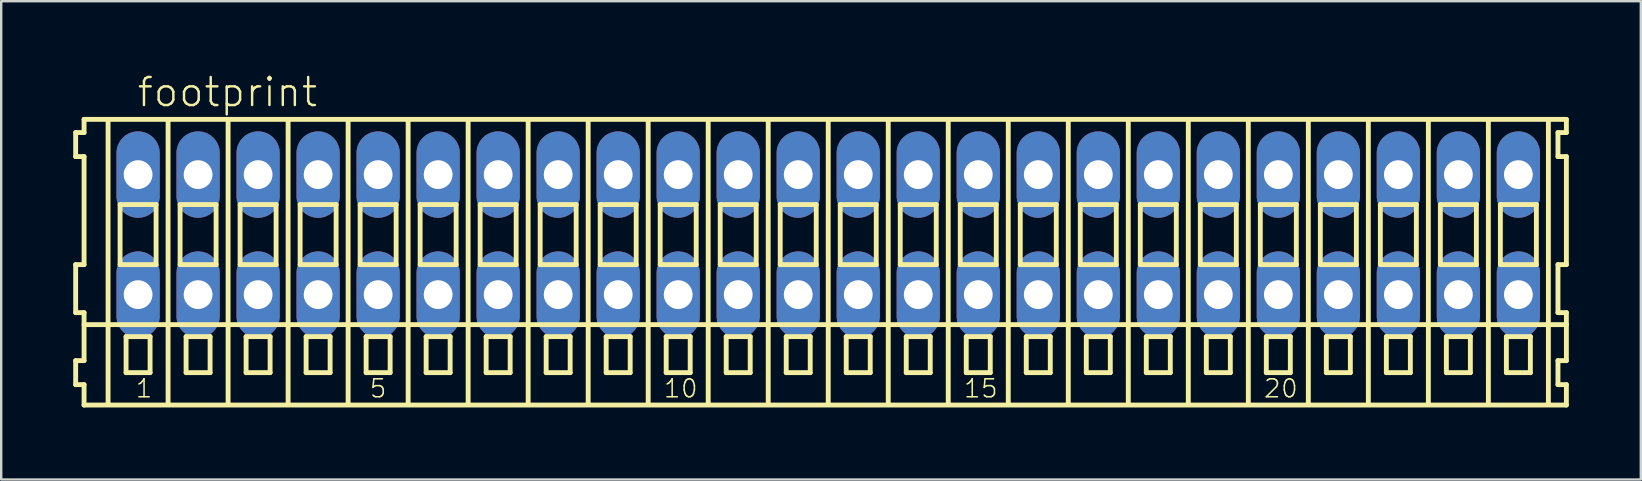
<source format=kicad_pcb>
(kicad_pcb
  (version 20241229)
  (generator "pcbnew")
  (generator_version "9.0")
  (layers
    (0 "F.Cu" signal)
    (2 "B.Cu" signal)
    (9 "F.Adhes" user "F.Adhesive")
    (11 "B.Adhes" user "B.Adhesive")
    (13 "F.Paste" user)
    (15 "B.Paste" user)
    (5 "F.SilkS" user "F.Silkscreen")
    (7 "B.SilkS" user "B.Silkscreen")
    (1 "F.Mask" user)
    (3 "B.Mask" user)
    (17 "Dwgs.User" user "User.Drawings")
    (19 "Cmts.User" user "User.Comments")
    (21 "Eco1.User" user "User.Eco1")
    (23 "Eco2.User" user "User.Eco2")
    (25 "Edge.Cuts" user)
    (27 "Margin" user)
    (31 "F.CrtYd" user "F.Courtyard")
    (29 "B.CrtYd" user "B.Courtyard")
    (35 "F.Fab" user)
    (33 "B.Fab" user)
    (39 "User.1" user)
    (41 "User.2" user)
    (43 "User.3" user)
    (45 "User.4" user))
  (footprint "footprint"
    (layer "F.Cu")
    (at 31.452 6.723)
    (property "Reference" "footprint" (at -28.85 -5.25 0) (layer "F.SilkS") (effects (font (size 1.168 1.168) (thickness 0.102)) (justify left bottom)))
    (fp_line (start -31.35 -4.25) (end -31.35 -3.25) (stroke (width 0.203) (type solid)) (layer "F.SilkS"))
    (fp_line (start -31.35 -3.25) (end -31 -3.25) (stroke (width 0.203) (type solid)) (layer "F.SilkS"))
    (fp_line (start -31.35 1.25) (end -31.35 3.25) (stroke (width 0.203) (type solid)) (layer "F.SilkS"))
    (fp_line (start -31.35 3.25) (end -31 3.25) (stroke (width 0.203) (type solid)) (layer "F.SilkS"))
    (fp_line (start -31.35 5.25) (end -31.35 6.25) (stroke (width 0.203) (type solid)) (layer "F.SilkS"))
    (fp_line (start -31.35 6.25) (end -31 6.25) (stroke (width 0.203) (type solid)) (layer "F.SilkS"))
    (fp_line (start -31 -4.8) (end -31 -4.25) (stroke (width 0.203) (type solid)) (layer "F.SilkS"))
    (fp_line (start -31 -4.25) (end -31.35 -4.25) (stroke (width 0.203) (type solid)) (layer "F.SilkS"))
    (fp_line (start -31 -3.25) (end -31 1.25) (stroke (width 0.203) (type solid)) (layer "F.SilkS"))
    (fp_line (start -31 1.25) (end -31.35 1.25) (stroke (width 0.203) (type solid)) (layer "F.SilkS"))
    (fp_line (start -31 3.25) (end -31 5.25) (stroke (width 0.203) (type solid)) (layer "F.SilkS"))
    (fp_line (start -31 3.75) (end 30.75 3.75) (stroke (width 0.203) (type solid)) (layer "F.SilkS"))
    (fp_line (start -31 5.25) (end -31.35 5.25) (stroke (width 0.203) (type solid)) (layer "F.SilkS"))
    (fp_line (start -31 6.25) (end -31 7.1) (stroke (width 0.203) (type solid)) (layer "F.SilkS"))
    (fp_line (start -31 7.1) (end 30.75 7.1) (stroke (width 0.203) (type solid)) (layer "F.SilkS"))
    (fp_line (start -30 -4.75) (end -30 7) (stroke (width 0.203) (type solid)) (layer "F.SilkS"))
    (fp_line (start -29.5 -1.25) (end -29.5 1.25) (stroke (width 0.203) (type solid)) (layer "F.SilkS"))
    (fp_line (start -29.5 1.25) (end -28 1.25) (stroke (width 0.203) (type solid)) (layer "F.SilkS"))
    (fp_line (start -29.25 4.25) (end -29.25 5.75) (stroke (width 0.203) (type solid)) (layer "F.SilkS"))
    (fp_line (start -29.25 5.75) (end -28.25 5.75) (stroke (width 0.203) (type solid)) (layer "F.SilkS"))
    (fp_line (start -28.25 4.25) (end -29.25 4.25) (stroke (width 0.203) (type solid)) (layer "F.SilkS"))
    (fp_line (start -28.25 5.75) (end -28.25 4.25) (stroke (width 0.203) (type solid)) (layer "F.SilkS"))
    (fp_line (start -28 -1.25) (end -29.5 -1.25) (stroke (width 0.203) (type solid)) (layer "F.SilkS"))
    (fp_line (start -28 1.25) (end -28 -1.25) (stroke (width 0.203) (type solid)) (layer "F.SilkS"))
    (fp_line (start -27.5 -4.75) (end -27.5 7) (stroke (width 0.203) (type solid)) (layer "F.SilkS"))
    (fp_line (start -27 -1.25) (end -27 1.25) (stroke (width 0.203) (type solid)) (layer "F.SilkS"))
    (fp_line (start -27 1.25) (end -25.5 1.25) (stroke (width 0.203) (type solid)) (layer "F.SilkS"))
    (fp_line (start -26.75 4.25) (end -26.75 5.75) (stroke (width 0.203) (type solid)) (layer "F.SilkS"))
    (fp_line (start -26.75 5.75) (end -25.75 5.75) (stroke (width 0.203) (type solid)) (layer "F.SilkS"))
    (fp_line (start -25.75 4.25) (end -26.75 4.25) (stroke (width 0.203) (type solid)) (layer "F.SilkS"))
    (fp_line (start -25.75 5.75) (end -25.75 4.25) (stroke (width 0.203) (type solid)) (layer "F.SilkS"))
    (fp_line (start -25.5 -1.25) (end -27 -1.25) (stroke (width 0.203) (type solid)) (layer "F.SilkS"))
    (fp_line (start -25.5 1.25) (end -25.5 -1.25) (stroke (width 0.203) (type solid)) (layer "F.SilkS"))
    (fp_line (start -25 -4.75) (end -25 7) (stroke (width 0.203) (type solid)) (layer "F.SilkS"))
    (fp_line (start -24.5 -1.25) (end -24.5 1.25) (stroke (width 0.203) (type solid)) (layer "F.SilkS"))
    (fp_line (start -24.5 1.25) (end -23 1.25) (stroke (width 0.203) (type solid)) (layer "F.SilkS"))
    (fp_line (start -24.25 4.25) (end -24.25 5.75) (stroke (width 0.203) (type solid)) (layer "F.SilkS"))
    (fp_line (start -24.25 5.75) (end -23.25 5.75) (stroke (width 0.203) (type solid)) (layer "F.SilkS"))
    (fp_line (start -23.25 4.25) (end -24.25 4.25) (stroke (width 0.203) (type solid)) (layer "F.SilkS"))
    (fp_line (start -23.25 5.75) (end -23.25 4.25) (stroke (width 0.203) (type solid)) (layer "F.SilkS"))
    (fp_line (start -23 -1.25) (end -24.5 -1.25) (stroke (width 0.203) (type solid)) (layer "F.SilkS"))
    (fp_line (start -23 1.25) (end -23 -1.25) (stroke (width 0.203) (type solid)) (layer "F.SilkS"))
    (fp_line (start -22.5 -4.75) (end -22.5 7) (stroke (width 0.203) (type solid)) (layer "F.SilkS"))
    (fp_line (start -22 -1.25) (end -22 1.25) (stroke (width 0.203) (type solid)) (layer "F.SilkS"))
    (fp_line (start -22 1.25) (end -20.5 1.25) (stroke (width 0.203) (type solid)) (layer "F.SilkS"))
    (fp_line (start -21.75 4.25) (end -21.75 5.75) (stroke (width 0.203) (type solid)) (layer "F.SilkS"))
    (fp_line (start -21.75 5.75) (end -20.75 5.75) (stroke (width 0.203) (type solid)) (layer "F.SilkS"))
    (fp_line (start -20.75 4.25) (end -21.75 4.25) (stroke (width 0.203) (type solid)) (layer "F.SilkS"))
    (fp_line (start -20.75 5.75) (end -20.75 4.25) (stroke (width 0.203) (type solid)) (layer "F.SilkS"))
    (fp_line (start -20.5 -1.25) (end -22 -1.25) (stroke (width 0.203) (type solid)) (layer "F.SilkS"))
    (fp_line (start -20.5 1.25) (end -20.5 -1.25) (stroke (width 0.203) (type solid)) (layer "F.SilkS"))
    (fp_line (start -20 -4.75) (end -20 7) (stroke (width 0.203) (type solid)) (layer "F.SilkS"))
    (fp_line (start -19.5 -1.25) (end -19.5 1.25) (stroke (width 0.203) (type solid)) (layer "F.SilkS"))
    (fp_line (start -19.5 1.25) (end -18 1.25) (stroke (width 0.203) (type solid)) (layer "F.SilkS"))
    (fp_line (start -19.25 4.25) (end -19.25 5.75) (stroke (width 0.203) (type solid)) (layer "F.SilkS"))
    (fp_line (start -19.25 5.75) (end -18.25 5.75) (stroke (width 0.203) (type solid)) (layer "F.SilkS"))
    (fp_line (start -18.25 4.25) (end -19.25 4.25) (stroke (width 0.203) (type solid)) (layer "F.SilkS"))
    (fp_line (start -18.25 5.75) (end -18.25 4.25) (stroke (width 0.203) (type solid)) (layer "F.SilkS"))
    (fp_line (start -18 -1.25) (end -19.5 -1.25) (stroke (width 0.203) (type solid)) (layer "F.SilkS"))
    (fp_line (start -18 1.25) (end -18 -1.25) (stroke (width 0.203) (type solid)) (layer "F.SilkS"))
    (fp_line (start -17.5 -4.75) (end -17.5 7) (stroke (width 0.203) (type solid)) (layer "F.SilkS"))
    (fp_line (start -17 -1.25) (end -17 1.25) (stroke (width 0.203) (type solid)) (layer "F.SilkS"))
    (fp_line (start -17 1.25) (end -15.5 1.25) (stroke (width 0.203) (type solid)) (layer "F.SilkS"))
    (fp_line (start -16.75 4.25) (end -16.75 5.75) (stroke (width 0.203) (type solid)) (layer "F.SilkS"))
    (fp_line (start -16.75 5.75) (end -15.75 5.75) (stroke (width 0.203) (type solid)) (layer "F.SilkS"))
    (fp_line (start -15.75 4.25) (end -16.75 4.25) (stroke (width 0.203) (type solid)) (layer "F.SilkS"))
    (fp_line (start -15.75 5.75) (end -15.75 4.25) (stroke (width 0.203) (type solid)) (layer "F.SilkS"))
    (fp_line (start -15.5 -1.25) (end -17 -1.25) (stroke (width 0.203) (type solid)) (layer "F.SilkS"))
    (fp_line (start -15.5 1.25) (end -15.5 -1.25) (stroke (width 0.203) (type solid)) (layer "F.SilkS"))
    (fp_line (start -15 -4.75) (end -15 7) (stroke (width 0.203) (type solid)) (layer "F.SilkS"))
    (fp_line (start -14.5 -1.25) (end -14.5 1.25) (stroke (width 0.203) (type solid)) (layer "F.SilkS"))
    (fp_line (start -14.5 1.25) (end -13 1.25) (stroke (width 0.203) (type solid)) (layer "F.SilkS"))
    (fp_line (start -14.25 4.25) (end -14.25 5.75) (stroke (width 0.203) (type solid)) (layer "F.SilkS"))
    (fp_line (start -14.25 5.75) (end -13.25 5.75) (stroke (width 0.203) (type solid)) (layer "F.SilkS"))
    (fp_line (start -13.25 4.25) (end -14.25 4.25) (stroke (width 0.203) (type solid)) (layer "F.SilkS"))
    (fp_line (start -13.25 5.75) (end -13.25 4.25) (stroke (width 0.203) (type solid)) (layer "F.SilkS"))
    (fp_line (start -13 -1.25) (end -14.5 -1.25) (stroke (width 0.203) (type solid)) (layer "F.SilkS"))
    (fp_line (start -13 1.25) (end -13 -1.25) (stroke (width 0.203) (type solid)) (layer "F.SilkS"))
    (fp_line (start -12.5 -4.75) (end -12.5 7) (stroke (width 0.203) (type solid)) (layer "F.SilkS"))
    (fp_line (start -12 -1.25) (end -12 1.25) (stroke (width 0.203) (type solid)) (layer "F.SilkS"))
    (fp_line (start -12 1.25) (end -10.5 1.25) (stroke (width 0.203) (type solid)) (layer "F.SilkS"))
    (fp_line (start -11.75 4.25) (end -11.75 5.75) (stroke (width 0.203) (type solid)) (layer "F.SilkS"))
    (fp_line (start -11.75 5.75) (end -10.75 5.75) (stroke (width 0.203) (type solid)) (layer "F.SilkS"))
    (fp_line (start -10.75 4.25) (end -11.75 4.25) (stroke (width 0.203) (type solid)) (layer "F.SilkS"))
    (fp_line (start -10.75 5.75) (end -10.75 4.25) (stroke (width 0.203) (type solid)) (layer "F.SilkS"))
    (fp_line (start -10.5 -1.25) (end -12 -1.25) (stroke (width 0.203) (type solid)) (layer "F.SilkS"))
    (fp_line (start -10.5 1.25) (end -10.5 -1.25) (stroke (width 0.203) (type solid)) (layer "F.SilkS"))
    (fp_line (start -10 -4.75) (end -10 7) (stroke (width 0.203) (type solid)) (layer "F.SilkS"))
    (fp_line (start -9.5 -1.25) (end -9.5 1.25) (stroke (width 0.203) (type solid)) (layer "F.SilkS"))
    (fp_line (start -9.5 1.25) (end -8 1.25) (stroke (width 0.203) (type solid)) (layer "F.SilkS"))
    (fp_line (start -9.25 4.25) (end -9.25 5.75) (stroke (width 0.203) (type solid)) (layer "F.SilkS"))
    (fp_line (start -9.25 5.75) (end -8.25 5.75) (stroke (width 0.203) (type solid)) (layer "F.SilkS"))
    (fp_line (start -8.25 4.25) (end -9.25 4.25) (stroke (width 0.203) (type solid)) (layer "F.SilkS"))
    (fp_line (start -8.25 5.75) (end -8.25 4.25) (stroke (width 0.203) (type solid)) (layer "F.SilkS"))
    (fp_line (start -8 -1.25) (end -9.5 -1.25) (stroke (width 0.203) (type solid)) (layer "F.SilkS"))
    (fp_line (start -8 1.25) (end -8 -1.25) (stroke (width 0.203) (type solid)) (layer "F.SilkS"))
    (fp_line (start -7.5 -4.75) (end -7.5 7) (stroke (width 0.203) (type solid)) (layer "F.SilkS"))
    (fp_line (start -7 -1.25) (end -7 1.25) (stroke (width 0.203) (type solid)) (layer "F.SilkS"))
    (fp_line (start -7 1.25) (end -5.5 1.25) (stroke (width 0.203) (type solid)) (layer "F.SilkS"))
    (fp_line (start -6.75 4.25) (end -6.75 5.75) (stroke (width 0.203) (type solid)) (layer "F.SilkS"))
    (fp_line (start -6.75 5.75) (end -5.75 5.75) (stroke (width 0.203) (type solid)) (layer "F.SilkS"))
    (fp_line (start -5.75 4.25) (end -6.75 4.25) (stroke (width 0.203) (type solid)) (layer "F.SilkS"))
    (fp_line (start -5.75 5.75) (end -5.75 4.25) (stroke (width 0.203) (type solid)) (layer "F.SilkS"))
    (fp_line (start -5.5 -1.25) (end -7 -1.25) (stroke (width 0.203) (type solid)) (layer "F.SilkS"))
    (fp_line (start -5.5 1.25) (end -5.5 -1.25) (stroke (width 0.203) (type solid)) (layer "F.SilkS"))
    (fp_line (start -5 -4.75) (end -5 7) (stroke (width 0.203) (type solid)) (layer "F.SilkS"))
    (fp_line (start -4.5 -1.25) (end -4.5 1.25) (stroke (width 0.203) (type solid)) (layer "F.SilkS"))
    (fp_line (start -4.5 1.25) (end -3 1.25) (stroke (width 0.203) (type solid)) (layer "F.SilkS"))
    (fp_line (start -4.25 4.25) (end -4.25 5.75) (stroke (width 0.203) (type solid)) (layer "F.SilkS"))
    (fp_line (start -4.25 5.75) (end -3.25 5.75) (stroke (width 0.203) (type solid)) (layer "F.SilkS"))
    (fp_line (start -3.25 4.25) (end -4.25 4.25) (stroke (width 0.203) (type solid)) (layer "F.SilkS"))
    (fp_line (start -3.25 5.75) (end -3.25 4.25) (stroke (width 0.203) (type solid)) (layer "F.SilkS"))
    (fp_line (start -3 -1.25) (end -4.5 -1.25) (stroke (width 0.203) (type solid)) (layer "F.SilkS"))
    (fp_line (start -3 1.25) (end -3 -1.25) (stroke (width 0.203) (type solid)) (layer "F.SilkS"))
    (fp_line (start -2.5 -4.75) (end -2.5 7) (stroke (width 0.203) (type solid)) (layer "F.SilkS"))
    (fp_line (start -2 -1.25) (end -2 1.25) (stroke (width 0.203) (type solid)) (layer "F.SilkS"))
    (fp_line (start -2 1.25) (end -0.5 1.25) (stroke (width 0.203) (type solid)) (layer "F.SilkS"))
    (fp_line (start -1.75 4.25) (end -1.75 5.75) (stroke (width 0.203) (type solid)) (layer "F.SilkS"))
    (fp_line (start -1.75 5.75) (end -0.75 5.75) (stroke (width 0.203) (type solid)) (layer "F.SilkS"))
    (fp_line (start -0.75 4.25) (end -1.75 4.25) (stroke (width 0.203) (type solid)) (layer "F.SilkS"))
    (fp_line (start -0.75 5.75) (end -0.75 4.25) (stroke (width 0.203) (type solid)) (layer "F.SilkS"))
    (fp_line (start -0.5 -1.25) (end -2 -1.25) (stroke (width 0.203) (type solid)) (layer "F.SilkS"))
    (fp_line (start -0.5 1.25) (end -0.5 -1.25) (stroke (width 0.203) (type solid)) (layer "F.SilkS"))
    (fp_line (start 0 -4.75) (end 0 7) (stroke (width 0.203) (type solid)) (layer "F.SilkS"))
    (fp_line (start 0.5 -1.25) (end 0.5 1.25) (stroke (width 0.203) (type solid)) (layer "F.SilkS"))
    (fp_line (start 0.5 1.25) (end 2 1.25) (stroke (width 0.203) (type solid)) (layer "F.SilkS"))
    (fp_line (start 0.75 4.25) (end 0.75 5.75) (stroke (width 0.203) (type solid)) (layer "F.SilkS"))
    (fp_line (start 0.75 5.75) (end 1.75 5.75) (stroke (width 0.203) (type solid)) (layer "F.SilkS"))
    (fp_line (start 1.75 4.25) (end 0.75 4.25) (stroke (width 0.203) (type solid)) (layer "F.SilkS"))
    (fp_line (start 1.75 5.75) (end 1.75 4.25) (stroke (width 0.203) (type solid)) (layer "F.SilkS"))
    (fp_line (start 2 -1.25) (end 0.5 -1.25) (stroke (width 0.203) (type solid)) (layer "F.SilkS"))
    (fp_line (start 2 1.25) (end 2 -1.25) (stroke (width 0.203) (type solid)) (layer "F.SilkS"))
    (fp_line (start 2.5 -4.75) (end 2.5 7) (stroke (width 0.203) (type solid)) (layer "F.SilkS"))
    (fp_line (start 3 -1.25) (end 3 1.25) (stroke (width 0.203) (type solid)) (layer "F.SilkS"))
    (fp_line (start 3 1.25) (end 4.5 1.25) (stroke (width 0.203) (type solid)) (layer "F.SilkS"))
    (fp_line (start 3.25 4.25) (end 3.25 5.75) (stroke (width 0.203) (type solid)) (layer "F.SilkS"))
    (fp_line (start 3.25 5.75) (end 4.25 5.75) (stroke (width 0.203) (type solid)) (layer "F.SilkS"))
    (fp_line (start 4.25 4.25) (end 3.25 4.25) (stroke (width 0.203) (type solid)) (layer "F.SilkS"))
    (fp_line (start 4.25 5.75) (end 4.25 4.25) (stroke (width 0.203) (type solid)) (layer "F.SilkS"))
    (fp_line (start 4.5 -1.25) (end 3 -1.25) (stroke (width 0.203) (type solid)) (layer "F.SilkS"))
    (fp_line (start 4.5 1.25) (end 4.5 -1.25) (stroke (width 0.203) (type solid)) (layer "F.SilkS"))
    (fp_line (start 5 -4.75) (end 5 7) (stroke (width 0.203) (type solid)) (layer "F.SilkS"))
    (fp_line (start 5.5 -1.25) (end 5.5 1.25) (stroke (width 0.203) (type solid)) (layer "F.SilkS"))
    (fp_line (start 5.5 1.25) (end 7 1.25) (stroke (width 0.203) (type solid)) (layer "F.SilkS"))
    (fp_line (start 5.75 4.25) (end 5.75 5.75) (stroke (width 0.203) (type solid)) (layer "F.SilkS"))
    (fp_line (start 5.75 5.75) (end 6.75 5.75) (stroke (width 0.203) (type solid)) (layer "F.SilkS"))
    (fp_line (start 6.75 4.25) (end 5.75 4.25) (stroke (width 0.203) (type solid)) (layer "F.SilkS"))
    (fp_line (start 6.75 5.75) (end 6.75 4.25) (stroke (width 0.203) (type solid)) (layer "F.SilkS"))
    (fp_line (start 7 -1.25) (end 5.5 -1.25) (stroke (width 0.203) (type solid)) (layer "F.SilkS"))
    (fp_line (start 7 1.25) (end 7 -1.25) (stroke (width 0.203) (type solid)) (layer "F.SilkS"))
    (fp_line (start 7.5 -4.75) (end 7.5 7) (stroke (width 0.203) (type solid)) (layer "F.SilkS"))
    (fp_line (start 8 -1.25) (end 8 1.25) (stroke (width 0.203) (type solid)) (layer "F.SilkS"))
    (fp_line (start 8 1.25) (end 9.5 1.25) (stroke (width 0.203) (type solid)) (layer "F.SilkS"))
    (fp_line (start 8.25 4.25) (end 8.25 5.75) (stroke (width 0.203) (type solid)) (layer "F.SilkS"))
    (fp_line (start 8.25 5.75) (end 9.25 5.75) (stroke (width 0.203) (type solid)) (layer "F.SilkS"))
    (fp_line (start 9.25 4.25) (end 8.25 4.25) (stroke (width 0.203) (type solid)) (layer "F.SilkS"))
    (fp_line (start 9.25 5.75) (end 9.25 4.25) (stroke (width 0.203) (type solid)) (layer "F.SilkS"))
    (fp_line (start 9.5 -1.25) (end 8 -1.25) (stroke (width 0.203) (type solid)) (layer "F.SilkS"))
    (fp_line (start 9.5 1.25) (end 9.5 -1.25) (stroke (width 0.203) (type solid)) (layer "F.SilkS"))
    (fp_line (start 10 -4.75) (end 10 7) (stroke (width 0.203) (type solid)) (layer "F.SilkS"))
    (fp_line (start 10.5 -1.25) (end 10.5 1.25) (stroke (width 0.203) (type solid)) (layer "F.SilkS"))
    (fp_line (start 10.5 1.25) (end 12 1.25) (stroke (width 0.203) (type solid)) (layer "F.SilkS"))
    (fp_line (start 10.75 4.25) (end 10.75 5.75) (stroke (width 0.203) (type solid)) (layer "F.SilkS"))
    (fp_line (start 10.75 5.75) (end 11.75 5.75) (stroke (width 0.203) (type solid)) (layer "F.SilkS"))
    (fp_line (start 11.75 4.25) (end 10.75 4.25) (stroke (width 0.203) (type solid)) (layer "F.SilkS"))
    (fp_line (start 11.75 5.75) (end 11.75 4.25) (stroke (width 0.203) (type solid)) (layer "F.SilkS"))
    (fp_line (start 12 -1.25) (end 10.5 -1.25) (stroke (width 0.203) (type solid)) (layer "F.SilkS"))
    (fp_line (start 12 1.25) (end 12 -1.25) (stroke (width 0.203) (type solid)) (layer "F.SilkS"))
    (fp_line (start 12.5 -4.75) (end 12.5 7) (stroke (width 0.203) (type solid)) (layer "F.SilkS"))
    (fp_line (start 13 -1.25) (end 13 1.25) (stroke (width 0.203) (type solid)) (layer "F.SilkS"))
    (fp_line (start 13 1.25) (end 14.5 1.25) (stroke (width 0.203) (type solid)) (layer "F.SilkS"))
    (fp_line (start 13.25 4.25) (end 13.25 5.75) (stroke (width 0.203) (type solid)) (layer "F.SilkS"))
    (fp_line (start 13.25 5.75) (end 14.25 5.75) (stroke (width 0.203) (type solid)) (layer "F.SilkS"))
    (fp_line (start 14.25 4.25) (end 13.25 4.25) (stroke (width 0.203) (type solid)) (layer "F.SilkS"))
    (fp_line (start 14.25 5.75) (end 14.25 4.25) (stroke (width 0.203) (type solid)) (layer "F.SilkS"))
    (fp_line (start 14.5 -1.25) (end 13 -1.25) (stroke (width 0.203) (type solid)) (layer "F.SilkS"))
    (fp_line (start 14.5 1.25) (end 14.5 -1.25) (stroke (width 0.203) (type solid)) (layer "F.SilkS"))
    (fp_line (start 15 -4.75) (end 15 7) (stroke (width 0.203) (type solid)) (layer "F.SilkS"))
    (fp_line (start 15.5 -1.25) (end 15.5 1.25) (stroke (width 0.203) (type solid)) (layer "F.SilkS"))
    (fp_line (start 15.5 1.25) (end 17 1.25) (stroke (width 0.203) (type solid)) (layer "F.SilkS"))
    (fp_line (start 15.75 4.25) (end 15.75 5.75) (stroke (width 0.203) (type solid)) (layer "F.SilkS"))
    (fp_line (start 15.75 5.75) (end 16.75 5.75) (stroke (width 0.203) (type solid)) (layer "F.SilkS"))
    (fp_line (start 16.75 4.25) (end 15.75 4.25) (stroke (width 0.203) (type solid)) (layer "F.SilkS"))
    (fp_line (start 16.75 5.75) (end 16.75 4.25) (stroke (width 0.203) (type solid)) (layer "F.SilkS"))
    (fp_line (start 17 -1.25) (end 15.5 -1.25) (stroke (width 0.203) (type solid)) (layer "F.SilkS"))
    (fp_line (start 17 1.25) (end 17 -1.25) (stroke (width 0.203) (type solid)) (layer "F.SilkS"))
    (fp_line (start 17.5 -4.75) (end 17.5 7) (stroke (width 0.203) (type solid)) (layer "F.SilkS"))
    (fp_line (start 18 -1.25) (end 18 1.25) (stroke (width 0.203) (type solid)) (layer "F.SilkS"))
    (fp_line (start 18 1.25) (end 19.5 1.25) (stroke (width 0.203) (type solid)) (layer "F.SilkS"))
    (fp_line (start 18.25 4.25) (end 18.25 5.75) (stroke (width 0.203) (type solid)) (layer "F.SilkS"))
    (fp_line (start 18.25 5.75) (end 19.25 5.75) (stroke (width 0.203) (type solid)) (layer "F.SilkS"))
    (fp_line (start 19.25 4.25) (end 18.25 4.25) (stroke (width 0.203) (type solid)) (layer "F.SilkS"))
    (fp_line (start 19.25 5.75) (end 19.25 4.25) (stroke (width 0.203) (type solid)) (layer "F.SilkS"))
    (fp_line (start 19.5 -1.25) (end 18 -1.25) (stroke (width 0.203) (type solid)) (layer "F.SilkS"))
    (fp_line (start 19.5 1.25) (end 19.5 -1.25) (stroke (width 0.203) (type solid)) (layer "F.SilkS"))
    (fp_line (start 20 -4.75) (end 20 7) (stroke (width 0.203) (type solid)) (layer "F.SilkS"))
    (fp_line (start 20.5 -1.25) (end 20.5 1.25) (stroke (width 0.203) (type solid)) (layer "F.SilkS"))
    (fp_line (start 20.5 1.25) (end 22 1.25) (stroke (width 0.203) (type solid)) (layer "F.SilkS"))
    (fp_line (start 20.75 4.25) (end 20.75 5.75) (stroke (width 0.203) (type solid)) (layer "F.SilkS"))
    (fp_line (start 20.75 5.75) (end 21.75 5.75) (stroke (width 0.203) (type solid)) (layer "F.SilkS"))
    (fp_line (start 21.75 4.25) (end 20.75 4.25) (stroke (width 0.203) (type solid)) (layer "F.SilkS"))
    (fp_line (start 21.75 5.75) (end 21.75 4.25) (stroke (width 0.203) (type solid)) (layer "F.SilkS"))
    (fp_line (start 22 -1.25) (end 20.5 -1.25) (stroke (width 0.203) (type solid)) (layer "F.SilkS"))
    (fp_line (start 22 1.25) (end 22 -1.25) (stroke (width 0.203) (type solid)) (layer "F.SilkS"))
    (fp_line (start 22.5 -4.75) (end 22.5 7) (stroke (width 0.203) (type solid)) (layer "F.SilkS"))
    (fp_line (start 23 -1.25) (end 23 1.25) (stroke (width 0.203) (type solid)) (layer "F.SilkS"))
    (fp_line (start 23 1.25) (end 24.5 1.25) (stroke (width 0.203) (type solid)) (layer "F.SilkS"))
    (fp_line (start 23.25 4.25) (end 23.25 5.75) (stroke (width 0.203) (type solid)) (layer "F.SilkS"))
    (fp_line (start 23.25 5.75) (end 24.25 5.75) (stroke (width 0.203) (type solid)) (layer "F.SilkS"))
    (fp_line (start 24.25 4.25) (end 23.25 4.25) (stroke (width 0.203) (type solid)) (layer "F.SilkS"))
    (fp_line (start 24.25 5.75) (end 24.25 4.25) (stroke (width 0.203) (type solid)) (layer "F.SilkS"))
    (fp_line (start 24.5 -1.25) (end 23 -1.25) (stroke (width 0.203) (type solid)) (layer "F.SilkS"))
    (fp_line (start 24.5 1.25) (end 24.5 -1.25) (stroke (width 0.203) (type solid)) (layer "F.SilkS"))
    (fp_line (start 25 -4.75) (end 25 7) (stroke (width 0.203) (type solid)) (layer "F.SilkS"))
    (fp_line (start 25.5 -1.25) (end 25.5 1.25) (stroke (width 0.203) (type solid)) (layer "F.SilkS"))
    (fp_line (start 25.5 1.25) (end 27 1.25) (stroke (width 0.203) (type solid)) (layer "F.SilkS"))
    (fp_line (start 25.75 4.25) (end 25.75 5.75) (stroke (width 0.203) (type solid)) (layer "F.SilkS"))
    (fp_line (start 25.75 5.75) (end 26.75 5.75) (stroke (width 0.203) (type solid)) (layer "F.SilkS"))
    (fp_line (start 26.75 4.25) (end 25.75 4.25) (stroke (width 0.203) (type solid)) (layer "F.SilkS"))
    (fp_line (start 26.75 5.75) (end 26.75 4.25) (stroke (width 0.203) (type solid)) (layer "F.SilkS"))
    (fp_line (start 27 -1.25) (end 25.5 -1.25) (stroke (width 0.203) (type solid)) (layer "F.SilkS"))
    (fp_line (start 27 1.25) (end 27 -1.25) (stroke (width 0.203) (type solid)) (layer "F.SilkS"))
    (fp_line (start 27.5 -4.75) (end 27.5 7) (stroke (width 0.203) (type solid)) (layer "F.SilkS"))
    (fp_line (start 28 -1.25) (end 28 1.25) (stroke (width 0.203) (type solid)) (layer "F.SilkS"))
    (fp_line (start 28 1.25) (end 29.5 1.25) (stroke (width 0.203) (type solid)) (layer "F.SilkS"))
    (fp_line (start 28.25 4.25) (end 28.25 5.75) (stroke (width 0.203) (type solid)) (layer "F.SilkS"))
    (fp_line (start 28.25 5.75) (end 29.25 5.75) (stroke (width 0.203) (type solid)) (layer "F.SilkS"))
    (fp_line (start 29.25 4.25) (end 28.25 4.25) (stroke (width 0.203) (type solid)) (layer "F.SilkS"))
    (fp_line (start 29.25 5.75) (end 29.25 4.25) (stroke (width 0.203) (type solid)) (layer "F.SilkS"))
    (fp_line (start 29.5 -1.25) (end 28 -1.25) (stroke (width 0.203) (type solid)) (layer "F.SilkS"))
    (fp_line (start 29.5 1.25) (end 29.5 -1.25) (stroke (width 0.203) (type solid)) (layer "F.SilkS"))
    (fp_line (start 30 -4.75) (end 30 7) (stroke (width 0.203) (type solid)) (layer "F.SilkS"))
    (fp_line (start 30.4 -4.25) (end 30.4 -3.25) (stroke (width 0.203) (type solid)) (layer "F.SilkS"))
    (fp_line (start 30.4 -3.25) (end 30.75 -3.25) (stroke (width 0.203) (type solid)) (layer "F.SilkS"))
    (fp_line (start 30.4 1.25) (end 30.4 3.25) (stroke (width 0.203) (type solid)) (layer "F.SilkS"))
    (fp_line (start 30.4 3.25) (end 30.75 3.25) (stroke (width 0.203) (type solid)) (layer "F.SilkS"))
    (fp_line (start 30.4 5.25) (end 30.4 6.25) (stroke (width 0.203) (type solid)) (layer "F.SilkS"))
    (fp_line (start 30.4 6.25) (end 30.75 6.25) (stroke (width 0.203) (type solid)) (layer "F.SilkS"))
    (fp_line (start 30.75 -4.8) (end -31 -4.8) (stroke (width 0.203) (type solid)) (layer "F.SilkS"))
    (fp_line (start 30.75 -4.25) (end 30.4 -4.25) (stroke (width 0.203) (type solid)) (layer "F.SilkS"))
    (fp_line (start 30.75 -4.25) (end 30.75 -4.8) (stroke (width 0.203) (type solid)) (layer "F.SilkS"))
    (fp_line (start 30.75 1.25) (end 30.4 1.25) (stroke (width 0.203) (type solid)) (layer "F.SilkS"))
    (fp_line (start 30.75 1.25) (end 30.75 -3.25) (stroke (width 0.203) (type solid)) (layer "F.SilkS"))
    (fp_line (start 30.75 3.75) (end 30.75 3.25) (stroke (width 0.203) (type solid)) (layer "F.SilkS"))
    (fp_line (start 30.75 5.25) (end 30.4 5.25) (stroke (width 0.203) (type solid)) (layer "F.SilkS"))
    (fp_line (start 30.75 5.25) (end 30.75 3.75) (stroke (width 0.203) (type solid)) (layer "F.SilkS"))
    (fp_line (start 30.75 7.1) (end 30.75 6.25) (stroke (width 0.203) (type solid)) (layer "F.SilkS"))
    (fp_text user "5" (at -19.15 6.85 0) (layer "F.SilkS") (effects (font (size 0.748 0.748) (thickness 0.065)) (justify left bottom)))
    (fp_text user "10" (at -6.9 6.85 0) (layer "F.SilkS") (effects (font (size 0.748 0.748) (thickness 0.065)) (justify left bottom)))
    (fp_text user "15" (at 5.6 6.85 0) (layer "F.SilkS") (effects (font (size 0.748 0.748) (thickness 0.065)) (justify left bottom)))
    (fp_text user "1" (at -28.9 6.85 0) (layer "F.SilkS") (effects (font (size 0.748 0.748) (thickness 0.065)) (justify left bottom)))
    (fp_text user "20" (at 18.1 6.85 0) (layer "F.SilkS") (effects (font (size 0.748 0.748) (thickness 0.065)) (justify left bottom)))
    (pad "A1" thru_hole oval (at -28.75 -2.5 90) (size 3.6 1.8) (drill 1.2) (layers "*.Cu" "*.Mask"))
    (pad "A2" thru_hole oval (at -26.25 -2.5 90) (size 3.6 1.8) (drill 1.2) (layers "*.Cu" "*.Mask"))
    (pad "A3" thru_hole oval (at -23.75 -2.5 90) (size 3.6 1.8) (drill 1.2) (layers "*.Cu" "*.Mask"))
    (pad "A4" thru_hole oval (at -21.25 -2.5 90) (size 3.6 1.8) (drill 1.2) (layers "*.Cu" "*.Mask"))
    (pad "A5" thru_hole oval (at -18.75 -2.5 90) (size 3.6 1.8) (drill 1.2) (layers "*.Cu" "*.Mask"))
    (pad "A6" thru_hole oval (at -16.25 -2.5 90) (size 3.6 1.8) (drill 1.2) (layers "*.Cu" "*.Mask"))
    (pad "A7" thru_hole oval (at -13.75 -2.5 90) (size 3.6 1.8) (drill 1.2) (layers "*.Cu" "*.Mask"))
    (pad "A8" thru_hole oval (at -11.25 -2.5 90) (size 3.6 1.8) (drill 1.2) (layers "*.Cu" "*.Mask"))
    (pad "A9" thru_hole oval (at -8.75 -2.5 90) (size 3.6 1.8) (drill 1.2) (layers "*.Cu" "*.Mask"))
    (pad "A10" thru_hole oval (at -6.25 -2.5 90) (size 3.6 1.8) (drill 1.2) (layers "*.Cu" "*.Mask"))
    (pad "A11" thru_hole oval (at -3.75 -2.5 90) (size 3.6 1.8) (drill 1.2) (layers "*.Cu" "*.Mask"))
    (pad "A12" thru_hole oval (at -1.25 -2.5 90) (size 3.6 1.8) (drill 1.2) (layers "*.Cu" "*.Mask"))
    (pad "A13" thru_hole oval (at 1.25 -2.5 90) (size 3.6 1.8) (drill 1.2) (layers "*.Cu" "*.Mask"))
    (pad "A14" thru_hole oval (at 3.75 -2.5 90) (size 3.6 1.8) (drill 1.2) (layers "*.Cu" "*.Mask"))
    (pad "A15" thru_hole oval (at 6.25 -2.5 90) (size 3.6 1.8) (drill 1.2) (layers "*.Cu" "*.Mask"))
    (pad "A16" thru_hole oval (at 8.75 -2.5 90) (size 3.6 1.8) (drill 1.2) (layers "*.Cu" "*.Mask"))
    (pad "A17" thru_hole oval (at 11.25 -2.5 90) (size 3.6 1.8) (drill 1.2) (layers "*.Cu" "*.Mask"))
    (pad "A18" thru_hole oval (at 13.75 -2.5 90) (size 3.6 1.8) (drill 1.2) (layers "*.Cu" "*.Mask"))
    (pad "A19" thru_hole oval (at 16.25 -2.5 90) (size 3.6 1.8) (drill 1.2) (layers "*.Cu" "*.Mask"))
    (pad "A20" thru_hole oval (at 18.75 -2.5 90) (size 3.6 1.8) (drill 1.2) (layers "*.Cu" "*.Mask"))
    (pad "A21" thru_hole oval (at 21.25 -2.5 90) (size 3.6 1.8) (drill 1.2) (layers "*.Cu" "*.Mask"))
    (pad "A22" thru_hole oval (at 23.75 -2.5 90) (size 3.6 1.8) (drill 1.2) (layers "*.Cu" "*.Mask"))
    (pad "A23" thru_hole oval (at 26.25 -2.5 90) (size 3.6 1.8) (drill 1.2) (layers "*.Cu" "*.Mask"))
    (pad "A24" thru_hole oval (at 28.75 -2.5 90) (size 3.6 1.8) (drill 1.2) (layers "*.Cu" "*.Mask"))
    (pad "B1" thru_hole oval (at -28.75 2.5 90) (size 3.6 1.8) (drill 1.2) (layers "*.Cu" "*.Mask"))
    (pad "B2" thru_hole oval (at -26.25 2.5 90) (size 3.6 1.8) (drill 1.2) (layers "*.Cu" "*.Mask"))
    (pad "B3" thru_hole oval (at -23.75 2.5 90) (size 3.6 1.8) (drill 1.2) (layers "*.Cu" "*.Mask"))
    (pad "B4" thru_hole oval (at -21.25 2.5 90) (size 3.6 1.8) (drill 1.2) (layers "*.Cu" "*.Mask"))
    (pad "B5" thru_hole oval (at -18.75 2.5 90) (size 3.6 1.8) (drill 1.2) (layers "*.Cu" "*.Mask"))
    (pad "B6" thru_hole oval (at -16.25 2.5 90) (size 3.6 1.8) (drill 1.2) (layers "*.Cu" "*.Mask"))
    (pad "B7" thru_hole oval (at -13.75 2.5 90) (size 3.6 1.8) (drill 1.2) (layers "*.Cu" "*.Mask"))
    (pad "B8" thru_hole oval (at -11.25 2.5 90) (size 3.6 1.8) (drill 1.2) (layers "*.Cu" "*.Mask"))
    (pad "B9" thru_hole oval (at -8.75 2.5 90) (size 3.6 1.8) (drill 1.2) (layers "*.Cu" "*.Mask"))
    (pad "B10" thru_hole oval (at -6.25 2.5 90) (size 3.6 1.8) (drill 1.2) (layers "*.Cu" "*.Mask"))
    (pad "B11" thru_hole oval (at -3.75 2.5 90) (size 3.6 1.8) (drill 1.2) (layers "*.Cu" "*.Mask"))
    (pad "B12" thru_hole oval (at -1.25 2.5 90) (size 3.6 1.8) (drill 1.2) (layers "*.Cu" "*.Mask"))
    (pad "B13" thru_hole oval (at 1.25 2.5 90) (size 3.6 1.8) (drill 1.2) (layers "*.Cu" "*.Mask"))
    (pad "B14" thru_hole oval (at 3.75 2.5 90) (size 3.6 1.8) (drill 1.2) (layers "*.Cu" "*.Mask"))
    (pad "B15" thru_hole oval (at 6.25 2.5 90) (size 3.6 1.8) (drill 1.2) (layers "*.Cu" "*.Mask"))
    (pad "B16" thru_hole oval (at 8.75 2.5 90) (size 3.6 1.8) (drill 1.2) (layers "*.Cu" "*.Mask"))
    (pad "B17" thru_hole oval (at 11.25 2.5 90) (size 3.6 1.8) (drill 1.2) (layers "*.Cu" "*.Mask"))
    (pad "B18" thru_hole oval (at 13.75 2.5 90) (size 3.6 1.8) (drill 1.2) (layers "*.Cu" "*.Mask"))
    (pad "B19" thru_hole oval (at 16.25 2.5 90) (size 3.6 1.8) (drill 1.2) (layers "*.Cu" "*.Mask"))
    (pad "B20" thru_hole oval (at 18.75 2.5 90) (size 3.6 1.8) (drill 1.2) (layers "*.Cu" "*.Mask"))
    (pad "B21" thru_hole oval (at 21.25 2.5 90) (size 3.6 1.8) (drill 1.2) (layers "*.Cu" "*.Mask"))
    (pad "B22" thru_hole oval (at 23.75 2.5 90) (size 3.6 1.8) (drill 1.2) (layers "*.Cu" "*.Mask"))
    (pad "B23" thru_hole oval (at 26.25 2.5 90) (size 3.6 1.8) (drill 1.2) (layers "*.Cu" "*.Mask"))
    (pad "B24" thru_hole oval (at 28.75 2.5 90) (size 3.6 1.8) (drill 1.2) (layers "*.Cu" "*.Mask")))
  (gr_rect
    (start -3 -3)
    (end 65.303 16.925)
    (stroke (width 0.1) (type default))
    (fill no)
    (layer "Edge.Cuts")))
</source>
